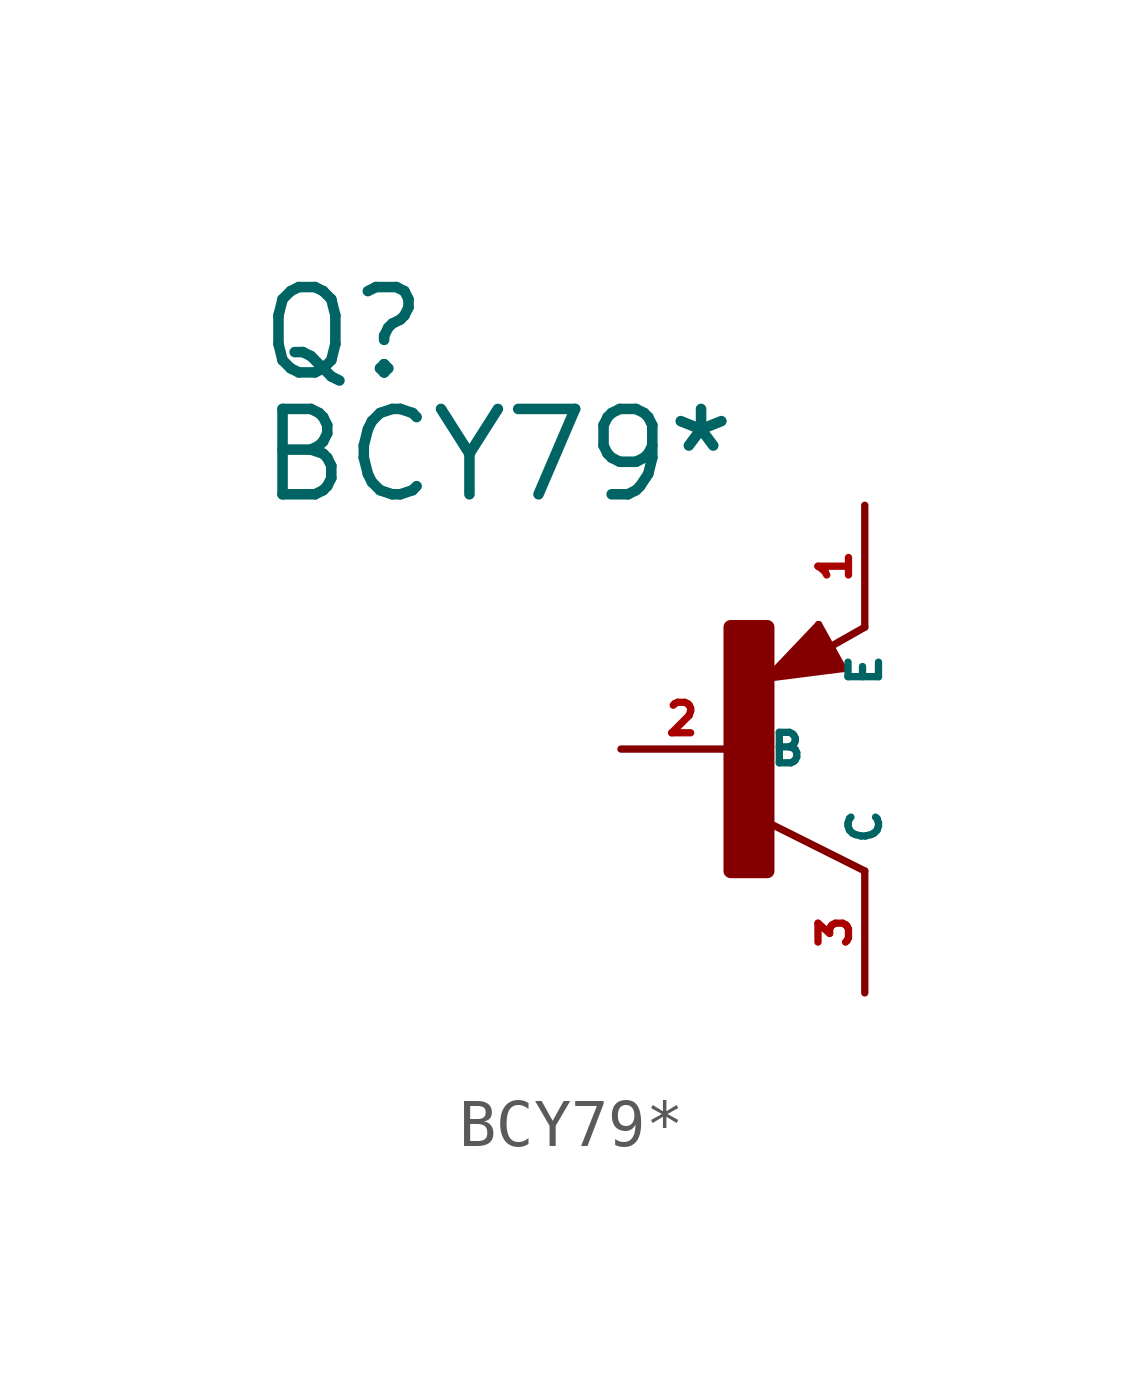
<source format=kicad_sym>
(kicad_symbol_lib
  (version 20220914)
  (generator Eagle2Kicad)
  (symbol "BCY79*"
    (property "Reference" "Q"
      (at -10.16 7.62 0)
      (effects (font (size 1.778 1.778) (thickness 0.22)) (justify left bottom)))
    (property "Value" "BCY79*"
      (at -10.16 5.08 0)
      (effects (font (size 1.778 1.778) (thickness 0.22)) (justify left bottom)))
    (polyline
      (pts (xy 2.086 1.678) (xy 1.578 2.594))
      (stroke (width 0.152) (type default))
      (fill (type none)))
    (polyline
      (pts (xy 1.578 2.594) (xy 0.516 1.478))
      (stroke (width 0.152) (type default))
      (fill (type none)))
    (polyline
      (pts (xy 0.516 1.478) (xy 2.086 1.678))
      (stroke (width 0.152) (type default))
      (fill (type none)))
    (polyline
      (pts (xy 2.54 2.54) (xy 1.808 2.124))
      (stroke (width 0.152) (type default))
      (fill (type none)))
    (polyline
      (pts (xy 2.54 -2.54) (xy 0.508 -1.524))
      (stroke (width 0.152) (type default))
      (fill (type none)))
    (polyline
      (pts (xy 1.905 1.778) (xy 1.524 2.413))
      (stroke (width 0.254) (type default))
      (fill (type none)))
    (polyline
      (pts (xy 1.524 2.413) (xy 0.762 1.651))
      (stroke (width 0.254) (type default))
      (fill (type none)))
    (polyline
      (pts (xy 0.762 1.651) (xy 1.778 1.778))
      (stroke (width 0.254) (type default))
      (fill (type none)))
    (polyline
      (pts (xy 1.778 1.778) (xy 1.524 2.159))
      (stroke (width 0.254) (type default))
      (fill (type none)))
    (polyline
      (pts (xy 1.524 2.159) (xy 1.143 1.905))
      (stroke (width 0.254) (type default))
      (fill (type none)))
    (polyline
      (pts (xy 1.143 1.905) (xy 1.524 1.905))
      (stroke (width 0.254) (type default))
      (fill (type none)))
    (rectangle
      (start -0.254 -2.54)
      (end 0.508 2.54)
      (stroke (width 0.3) (type default))
      (fill (type outline)))
    (pin passive line
      (at -2.54 0 0)
      (length 2.54)
      (name "B" (effects (font (size 0.635 0.635) (thickness 0.08)) (justify left bottom)))
      (number "2" (effects (font (size 0.635 0.635) (thickness 0.08)) (justify left bottom))))
    (pin passive line
      (at 2.54 5.08 270)
      (length 2.54)
      (name "E" (effects (font (size 0.635 0.635) (thickness 0.08)) (justify left bottom)))
      (number "1" (effects (font (size 0.635 0.635) (thickness 0.08)) (justify left bottom))))
    (pin passive line
      (at 2.54 -5.08 90)
      (length 2.54)
      (name "C" (effects (font (size 0.635 0.635) (thickness 0.08)) (justify left bottom)))
      (number "3" (effects (font (size 0.635 0.635) (thickness 0.08)) (justify left bottom))))))
</source>
